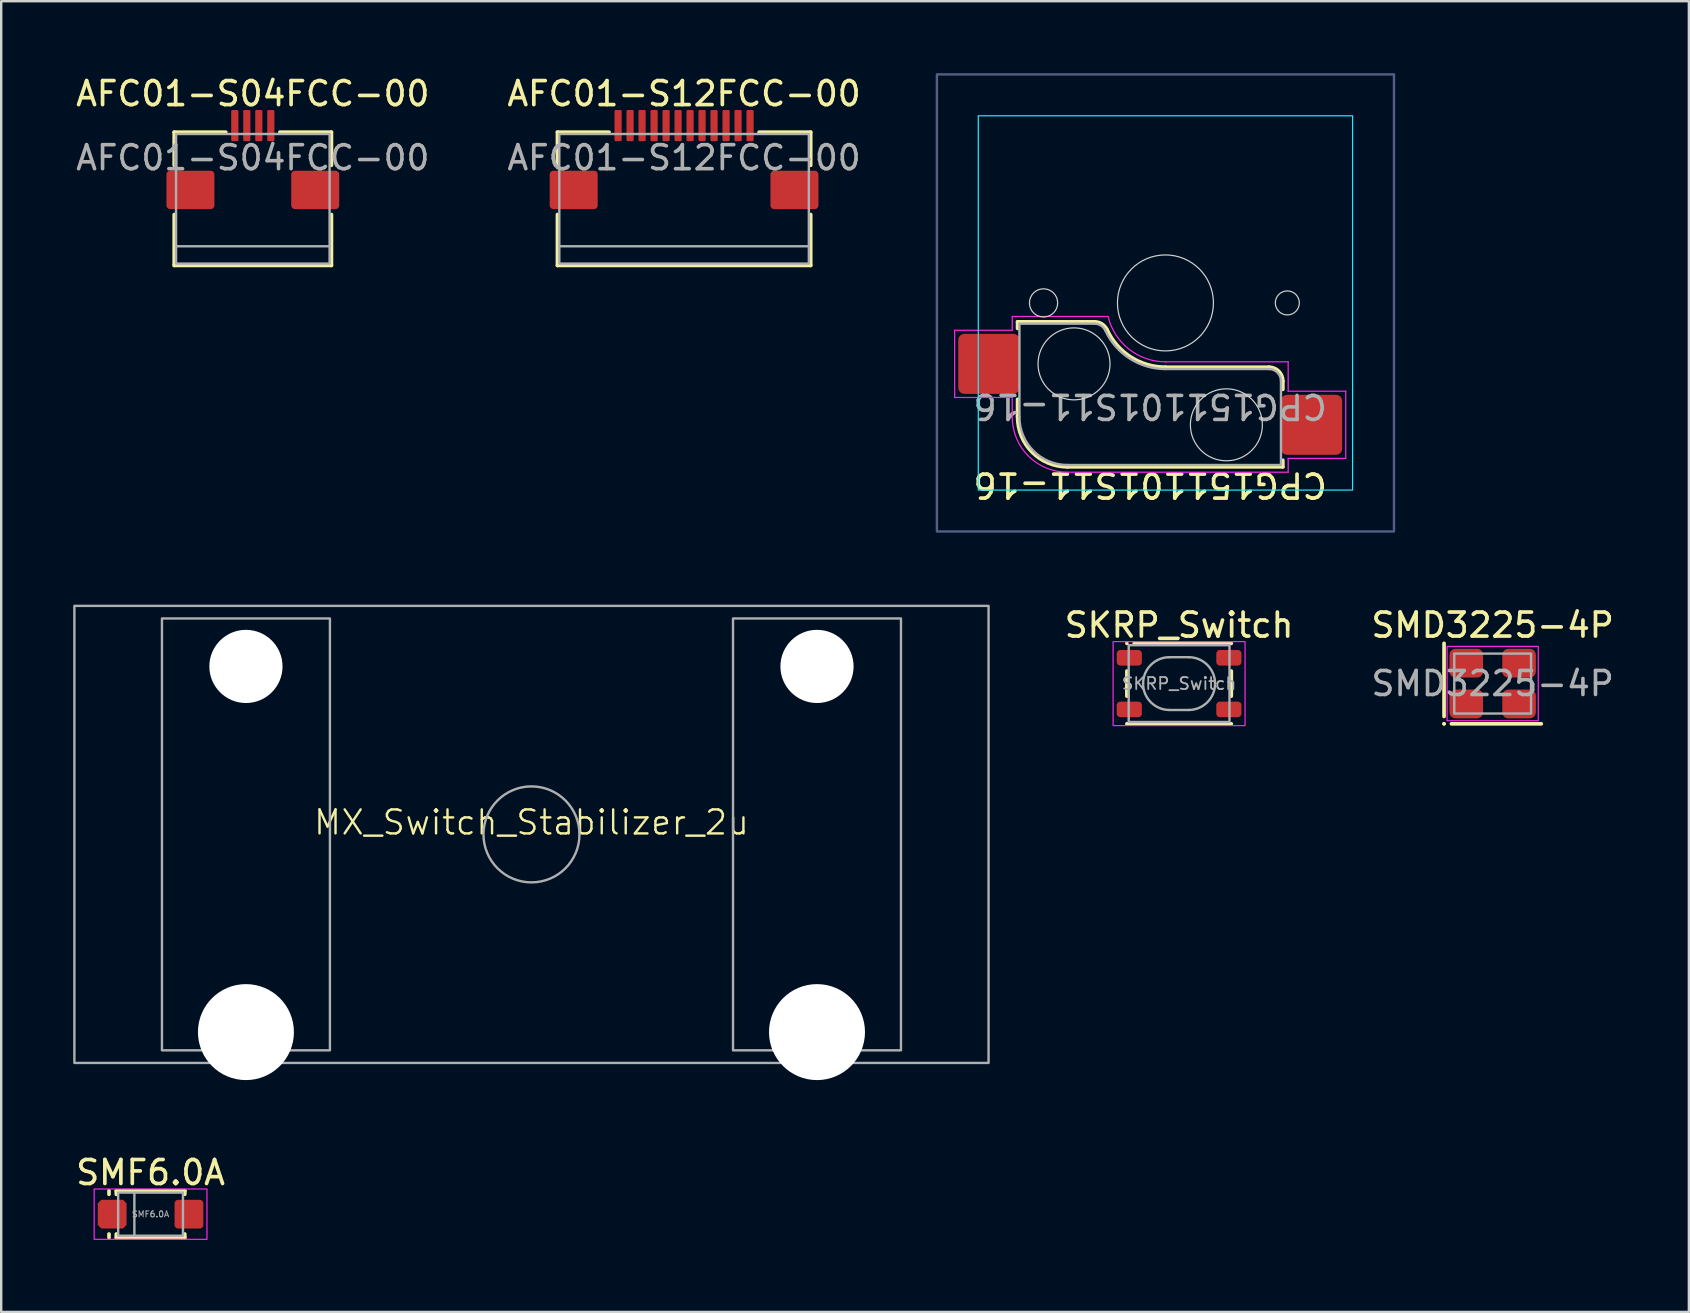
<source format=kicad_pcb>
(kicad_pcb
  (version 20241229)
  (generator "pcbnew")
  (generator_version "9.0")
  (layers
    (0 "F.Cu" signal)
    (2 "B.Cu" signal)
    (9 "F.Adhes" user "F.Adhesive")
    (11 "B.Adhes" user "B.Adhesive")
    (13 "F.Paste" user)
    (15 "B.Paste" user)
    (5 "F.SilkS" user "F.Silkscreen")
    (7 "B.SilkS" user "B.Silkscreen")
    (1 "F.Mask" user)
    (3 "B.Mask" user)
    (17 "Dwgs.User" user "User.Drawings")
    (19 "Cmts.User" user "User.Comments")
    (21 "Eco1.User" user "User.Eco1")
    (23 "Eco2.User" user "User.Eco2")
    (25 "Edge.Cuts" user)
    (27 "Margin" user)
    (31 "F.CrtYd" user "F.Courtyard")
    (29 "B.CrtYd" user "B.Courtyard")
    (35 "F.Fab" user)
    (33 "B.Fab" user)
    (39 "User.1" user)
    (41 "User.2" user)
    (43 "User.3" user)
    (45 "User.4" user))
  (footprint "AFC01-S04FCC-00"
    (layer "F.Cu")
    (at 7.487 3.525)
    (property "Reference" "AFC01-S04FCC-00" (at 0 -2.671 0) (unlocked yes) (layer "F.SilkS") (effects (font (size 1 1) (thickness 0.153))))
    (attr smd)
    (fp_line (start -3.276 0.314) (end -3.276 -1.067) (stroke (width 0.153) (type solid)) (layer "F.SilkS"))
    (fp_line (start -3.276 2.366) (end -3.276 4.487) (stroke (width 0.153) (type solid)) (layer "F.SilkS"))
    (fp_line (start -1.127 -1.067) (end -3.276 -1.067) (stroke (width 0.153) (type solid)) (layer "F.SilkS"))
    (fp_line (start 1.127 -1.067) (end 3.276 -1.067) (stroke (width 0.153) (type solid)) (layer "F.SilkS"))
    (fp_line (start 3.276 0.314) (end 3.276 -1.067) (stroke (width 0.153) (type solid)) (layer "F.SilkS"))
    (fp_line (start 3.276 2.366) (end 3.276 4.487) (stroke (width 0.153) (type solid)) (layer "F.SilkS"))
    (fp_line (start 3.276 4.487) (end -3.276 4.487) (stroke (width 0.153) (type solid)) (layer "F.SilkS"))
    (fp_line (start -3.2 3.69) (end 3.2 3.69) (stroke (width 0.1) (type solid)) (layer "F.Fab"))
    (fp_rect (start -3.2 -0.99) (end 3.2 4.41) (stroke (width 0.1) (type solid)) (fill no) (layer "F.Fab"))
    (fp_text user "${REFERENCE}" (at 0 0 0) (unlocked yes) (layer "F.Fab") (effects (font (size 1 1) (thickness 0.15))))
    (pad "1" smd roundrect (at -0.75 -1.34) (size 0.3 1.3) (layers "F.Cu" "F.Mask" "F.Paste") (roundrect_rratio 0.167))
    (pad "2" smd roundrect (at -0.25 -1.34) (size 0.3 1.3) (layers "F.Cu" "F.Mask" "F.Paste") (roundrect_rratio 0.167))
    (pad "3" smd roundrect (at 0.25 -1.34) (size 0.3 1.3) (layers "F.Cu" "F.Mask" "F.Paste") (roundrect_rratio 0.167))
    (pad "4" smd roundrect (at 0.75 -1.34) (size 0.3 1.3) (layers "F.Cu" "F.Mask" "F.Paste") (roundrect_rratio 0.167))
    (pad "MP" smd roundrect (at -2.6 1.34) (size 2 1.6) (layers "F.Cu" "F.Mask" "F.Paste") (roundrect_rratio 0.094))
    (pad "MP" smd roundrect (at 2.6 1.34) (size 2 1.6) (layers "F.Cu" "F.Mask" "F.Paste") (roundrect_rratio 0.094)))
  (footprint "SKRP_Switch"
    (layer "F.Cu")
    (at 46.091 25.44)
    (property "Reference" "SKRP_Switch" (at 0 -2.436 0) (unlocked yes) (layer "F.SilkS") (effects (font (size 1 1) (thickness 0.153))))
    (attr smd)
    (fp_line (start -2.176 -1.677) (end -2.176 -1.677) (stroke (width 0.153) (type solid)) (layer "F.SilkS"))
    (fp_line (start -2.176 -0.523) (end -2.176 0.523) (stroke (width 0.153) (type solid)) (layer "F.SilkS"))
    (fp_line (start -2.176 1.677) (end 2.176 1.677) (stroke (width 0.153) (type solid)) (layer "F.SilkS"))
    (fp_line (start -1.871 -1.677) (end 2.176 -1.677) (stroke (width 0.153) (type solid)) (layer "F.SilkS"))
    (fp_line (start 2.176 -0.523) (end 2.176 0.523) (stroke (width 0.153) (type solid)) (layer "F.SilkS"))
    (fp_rect (start -2.75 -1.75) (end 2.75 1.75) (stroke (width 0.05) (type solid)) (fill no) (layer "F.CrtYd"))
    (fp_line (start -0.4 -1.1) (end 0.4 -1.1) (stroke (width 0.1) (type default)) (layer "F.Fab"))
    (fp_line (start 0.4 1.1) (end -0.4 1.1) (stroke (width 0.1) (type default)) (layer "F.Fab"))
    (fp_rect (start -2.1 -1.6) (end 2.1 1.6) (stroke (width 0.1) (type solid)) (fill no) (layer "F.Fab"))
    (fp_arc (start -1.5 0) (mid -1.177817 -0.777817) (end -0.4 -1.1) (stroke (width 0.1) (type default)) (layer "F.Fab"))
    (fp_arc (start -0.4 1.1) (mid -1.177817 0.777817) (end -1.5 0) (stroke (width 0.1) (type default)) (layer "F.Fab"))
    (fp_arc (start 0.4 -1.1) (mid 1.177817 -0.777817) (end 1.5 0) (stroke (width 0.1) (type default)) (layer "F.Fab"))
    (fp_arc (start 1.5 0) (mid 1.177817 0.777817) (end 0.4 1.1) (stroke (width 0.1) (type default)) (layer "F.Fab"))
    (fp_text user "${REFERENCE}" (at 0 0 0) (unlocked yes) (layer "F.Fab") (effects (font (size 0.5 0.5) (thickness 0.075))))
    (pad "1" smd roundrect (at -2.075 -1.075) (size 1.05 0.65) (layers "F.Cu" "F.Mask" "F.Paste") (roundrect_rratio 0.231))
    (pad "2" smd roundrect (at 2.075 -1.075) (size 1.05 0.65) (layers "F.Cu" "F.Mask" "F.Paste") (roundrect_rratio 0.231))
    (pad "3" smd roundrect (at -2.075 1.075) (size 1.05 0.65) (layers "F.Cu" "F.Mask" "F.Paste") (roundrect_rratio 0.231))
    (pad "4" smd roundrect (at 2.075 1.075) (size 1.05 0.65) (layers "F.Cu" "F.Mask" "F.Paste") (roundrect_rratio 0.231)))
  (footprint "AFC01-S12FCC-00"
    (layer "F.Cu")
    (at 25.46 3.525)
    (property "Reference" "AFC01-S12FCC-00" (at 0 -2.671 0) (unlocked yes) (layer "F.SilkS") (effects (font (size 1 1) (thickness 0.153))))
    (attr smd)
    (fp_line (start -5.277 0.314) (end -5.277 -1.067) (stroke (width 0.153) (type solid)) (layer "F.SilkS"))
    (fp_line (start -5.277 2.366) (end -5.277 4.487) (stroke (width 0.153) (type solid)) (layer "F.SilkS"))
    (fp_line (start -3.127 -1.067) (end -5.277 -1.067) (stroke (width 0.153) (type solid)) (layer "F.SilkS"))
    (fp_line (start 3.127 -1.067) (end 5.277 -1.067) (stroke (width 0.153) (type solid)) (layer "F.SilkS"))
    (fp_line (start 5.277 0.314) (end 5.277 -1.067) (stroke (width 0.153) (type solid)) (layer "F.SilkS"))
    (fp_line (start 5.277 2.366) (end 5.277 4.487) (stroke (width 0.153) (type solid)) (layer "F.SilkS"))
    (fp_line (start 5.277 4.487) (end -5.277 4.487) (stroke (width 0.153) (type solid)) (layer "F.SilkS"))
    (fp_line (start -5.2 3.69) (end 5.2 3.69) (stroke (width 0.1) (type solid)) (layer "F.Fab"))
    (fp_rect (start -5.2 -0.99) (end 5.2 4.41) (stroke (width 0.1) (type solid)) (fill no) (layer "F.Fab"))
    (fp_text user "${REFERENCE}" (at 0 0 0) (unlocked yes) (layer "F.Fab") (effects (font (size 1 1) (thickness 0.15))))
    (pad "1" smd roundrect (at -2.75 -1.34) (size 0.3 1.3) (layers "F.Cu" "F.Mask" "F.Paste") (roundrect_rratio 0.167))
    (pad "2" smd roundrect (at -2.25 -1.34) (size 0.3 1.3) (layers "F.Cu" "F.Mask" "F.Paste") (roundrect_rratio 0.167))
    (pad "3" smd roundrect (at -1.75 -1.34) (size 0.3 1.3) (layers "F.Cu" "F.Mask" "F.Paste") (roundrect_rratio 0.167))
    (pad "4" smd roundrect (at -1.25 -1.34) (size 0.3 1.3) (layers "F.Cu" "F.Mask" "F.Paste") (roundrect_rratio 0.167))
    (pad "5" smd roundrect (at -0.75 -1.34) (size 0.3 1.3) (layers "F.Cu" "F.Mask" "F.Paste") (roundrect_rratio 0.167))
    (pad "6" smd roundrect (at -0.25 -1.34) (size 0.3 1.3) (layers "F.Cu" "F.Mask" "F.Paste") (roundrect_rratio 0.167))
    (pad "7" smd roundrect (at 0.25 -1.34) (size 0.3 1.3) (layers "F.Cu" "F.Mask" "F.Paste") (roundrect_rratio 0.167))
    (pad "8" smd roundrect (at 0.75 -1.34) (size 0.3 1.3) (layers "F.Cu" "F.Mask" "F.Paste") (roundrect_rratio 0.167))
    (pad "9" smd roundrect (at 1.25 -1.34) (size 0.3 1.3) (layers "F.Cu" "F.Mask" "F.Paste") (roundrect_rratio 0.167))
    (pad "10" smd roundrect (at 1.75 -1.34) (size 0.3 1.3) (layers "F.Cu" "F.Mask" "F.Paste") (roundrect_rratio 0.167))
    (pad "11" smd roundrect (at 2.25 -1.34) (size 0.3 1.3) (layers "F.Cu" "F.Mask" "F.Paste") (roundrect_rratio 0.167))
    (pad "12" smd roundrect (at 2.75 -1.34) (size 0.3 1.3) (layers "F.Cu" "F.Mask" "F.Paste") (roundrect_rratio 0.167))
    (pad "MP" smd roundrect (at -4.6 1.34) (size 2 1.6) (layers "F.Cu" "F.Mask" "F.Paste") (roundrect_rratio 0.094))
    (pad "MP" smd roundrect (at 4.6 1.34) (size 2 1.6) (layers "F.Cu" "F.Mask" "F.Paste") (roundrect_rratio 0.094)))
  (footprint "MX_Switch_Stabilizer_2u"
    (layer "F.Cu")
    (at 19.1 31.725)
    (property "Reference" "MX_Switch_Stabilizer_2u" (at 0 -0.5 0) (unlocked yes) (layer "F.SilkS") (effects (font (size 1 1) (thickness 0.1))))
    (attr through_hole)
    (fp_rect (start -19.05 -9.525) (end 19.05 9.525) (stroke (width 0.1) (type solid)) (fill no) (layer "F.Fab"))
    (fp_rect (start -15.4 -9) (end -8.4 9) (stroke (width 0.1) (type solid)) (fill no) (layer "F.Fab"))
    (fp_rect (start 8.4 -9) (end 15.4 9) (stroke (width 0.1) (type solid)) (fill no) (layer "F.Fab"))
    (fp_circle (center 0 0) (end 2 0) (stroke (width 0.1) (type solid)) (fill no) (layer "F.Fab"))
    (pad "" np_thru_hole circle (at -11.9 -7) (size 3.05 3.05) (drill 3.05) (layers "*.Cu" "*.Mask"))
    (pad "" np_thru_hole circle (at -11.9 8.24) (size 4 4) (drill 4) (layers "*.Cu" "*.Mask"))
    (pad "" np_thru_hole circle (at 11.9 -7) (size 3.05 3.05) (drill 3.05) (layers "*.Cu" "*.Mask"))
    (pad "" np_thru_hole circle (at 11.9 8.24) (size 4 4) (drill 4) (layers "*.Cu" "*.Mask")))
  (footprint "SMD3225-4P"
    (layer "F.Cu")
    (at 59.16 25.439)
    (property "Reference" "SMD3225-4P" (at 0 -2.435 0) (unlocked yes) (layer "F.SilkS") (effects (font (size 1 1) (thickness 0.153))))
    (attr smd)
    (fp_line (start -2.026 -1.677) (end -2.026 1.371) (stroke (width 0.153) (type solid)) (layer "F.SilkS"))
    (fp_line (start -2.026 1.677) (end -2.026 1.677) (stroke (width 0.153) (type solid)) (layer "F.SilkS"))
    (fp_line (start -2.026 1.677) (end -2.026 1.677) (stroke (width 0.153) (type solid)) (layer "F.SilkS"))
    (fp_line (start -1.72 1.677) (end 2.026 1.677) (stroke (width 0.153) (type solid)) (layer "F.SilkS"))
    (fp_rect (start -1.9 -1.55) (end 1.9 1.55) (stroke (width 0.05) (type solid)) (fill no) (layer "F.CrtYd"))
    (fp_rect (start -1.6 -1.25) (end 1.6 1.25) (stroke (width 0.1) (type solid)) (fill no) (layer "F.Fab"))
    (fp_text user "${REFERENCE}" (at 0 0 0) (unlocked yes) (layer "F.Fab") (effects (font (size 1 1) (thickness 0.15))))
    (pad "1" smd roundrect (at -1.1 0.85) (size 1.4 1.2) (layers "F.Cu" "F.Mask" "F.Paste") (roundrect_rratio 0.208))
    (pad "2" smd roundrect (at 1.1 0.85) (size 1.4 1.2) (layers "F.Cu" "F.Mask" "F.Paste") (roundrect_rratio 0.208))
    (pad "3" smd roundrect (at 1.1 -0.85) (size 1.4 1.2) (layers "F.Cu" "F.Mask" "F.Paste") (roundrect_rratio 0.208))
    (pad "4" smd roundrect (at -1.1 -0.85) (size 1.4 1.2) (layers "F.Cu" "F.Mask" "F.Paste") (roundrect_rratio 0.208)))
  (footprint "CPG151101S11-16"
    (layer "F.Cu")
    (at 44.887 13.385)
    (property "Reference" "CPG151101S11-16" (at 0 3.779 180) (unlocked yes) (layer "F.SilkS") (effects (font (size 1 1) (thickness 0.153))))
    (attr smd)
    (fp_line (start -5.527 -3.022) (end -5.527 -2.747) (stroke (width 0.153) (type solid)) (layer "F.SilkS"))
    (fp_line (start -5.527 -3.022) (end -2.32 -3.022) (stroke (width 0.153) (type solid)) (layer "F.SilkS"))
    (fp_line (start -5.527 0.206) (end -5.527 0.945) (stroke (width 0.153) (type solid)) (layer "F.SilkS"))
    (fp_line (start -3.45 3.022) (end 5.527 3.022) (stroke (width 0.153) (type solid)) (layer "F.SilkS"))
    (fp_line (start 0.635 -1.131) (end 4.95 -1.131) (stroke (width 0.153) (type solid)) (layer "F.SilkS"))
    (fp_line (start 5.527 -0.555) (end 5.527 -0.206) (stroke (width 0.153) (type solid)) (layer "F.SilkS"))
    (fp_line (start 5.527 2.747) (end 5.527 3.022) (stroke (width 0.153) (type solid)) (layer "F.SilkS"))
    (fp_arc (start -3.45 3.0215) (mid -4.918307 2.413307) (end -5.5265 0.945) (stroke (width 0.153) (type solid)) (layer "F.SilkS"))
    (fp_arc (start -2.319961 -3.0215) (mid -2.009337 -2.930659) (end -1.796603 -2.686766) (stroke (width 0.153) (type solid)) (layer "F.SilkS"))
    (fp_arc (start 0.635 -1.1315) (mid -0.808222 -1.553571) (end -1.796606 -2.686765) (stroke (width 0.153) (type solid)) (layer "F.SilkS"))
    (fp_arc (start 4.95 -1.1315) (mid 5.357647 -0.962647) (end 5.5265 -0.555) (stroke (width 0.153) (type solid)) (layer "F.SilkS"))
    (fp_circle (center -4.445 -3.81) (end -3.857 -3.81) (stroke (width 0.05) (type solid)) (fill no) (layer "Edge.Cuts"))
    (fp_circle (center -3.175 -1.27) (end -1.675 -1.27) (stroke (width 0.05) (type solid)) (fill no) (layer "Edge.Cuts"))
    (fp_circle (center 0.635 -3.81) (end 2.635 -3.81) (stroke (width 0.05) (type solid)) (fill no) (layer "Edge.Cuts"))
    (fp_circle (center 3.175 1.27) (end 4.675 1.27) (stroke (width 0.05) (type solid)) (fill no) (layer "Edge.Cuts"))
    (fp_circle (center 5.715 -3.81) (end 6.215 -3.81) (stroke (width 0.05) (type solid)) (fill no) (layer "Edge.Cuts"))
    (fp_rect (start -7.165 -11.61) (end 8.435 3.99) (stroke (width 0.05) (type solid)) (fill no) (layer "B.CrtYd"))
    (fp_line (start -8.15 -2.67) (end -8.15 0.13) (stroke (width 0.05) (type solid)) (layer "F.CrtYd"))
    (fp_line (start -8.15 -2.67) (end -5.75 -2.67) (stroke (width 0.05) (type solid)) (layer "F.CrtYd"))
    (fp_line (start -8.15 0.13) (end -5.75 0.13) (stroke (width 0.05) (type solid)) (layer "F.CrtYd"))
    (fp_line (start -5.75 -3.245) (end -5.75 -2.67) (stroke (width 0.05) (type solid)) (layer "F.CrtYd"))
    (fp_line (start -5.75 0.13) (end -5.75 0.945) (stroke (width 0.05) (type solid)) (layer "F.CrtYd"))
    (fp_line (start -3.45 3.245) (end 5.75 3.245) (stroke (width 0.05) (type solid)) (layer "F.CrtYd"))
    (fp_line (start -1.754 -3.245) (end -5.75 -3.245) (stroke (width 0.05) (type solid)) (layer "F.CrtYd"))
    (fp_line (start 5.75 -1.355) (end 0.635 -1.355) (stroke (width 0.05) (type solid)) (layer "F.CrtYd"))
    (fp_line (start 5.75 -0.13) (end 5.75 -1.355) (stroke (width 0.05) (type solid)) (layer "F.CrtYd"))
    (fp_line (start 5.75 2.67) (end 8.15 2.67) (stroke (width 0.05) (type solid)) (layer "F.CrtYd"))
    (fp_line (start 5.75 3.245) (end 5.75 2.67) (stroke (width 0.05) (type solid)) (layer "F.CrtYd"))
    (fp_line (start 8.15 -0.13) (end 5.75 -0.13) (stroke (width 0.05) (type solid)) (layer "F.CrtYd"))
    (fp_line (start 8.15 2.67) (end 8.15 -0.13) (stroke (width 0.05) (type solid)) (layer "F.CrtYd"))
    (fp_arc (start -3.45 3.245) (mid -5.076346 2.571346) (end -5.75 0.945) (stroke (width 0.05) (type default)) (layer "F.CrtYd"))
    (fp_arc (start 0.635 -1.355) (mid -0.888146 -1.88463) (end -1.7541 -3.245) (stroke (width 0.05) (type default)) (layer "F.CrtYd"))
    (fp_rect (start -8.89 -13.335) (end 10.16 5.715) (stroke (width 0.1) (type solid)) (fill no) (layer "B.Fab"))
    (fp_line (start -5.45 -2.945) (end -5.45 0.945) (stroke (width 0.1) (type solid)) (layer "F.Fab"))
    (fp_line (start -5.45 -2.945) (end -2.32 -2.945) (stroke (width 0.1) (type default)) (layer "F.Fab"))
    (fp_line (start -3.45 2.945) (end 5.45 2.945) (stroke (width 0.1) (type solid)) (layer "F.Fab"))
    (fp_line (start 0.635 -1.055) (end 4.95 -1.055) (stroke (width 0.1) (type solid)) (layer "F.Fab"))
    (fp_line (start 5.45 -0.555) (end 5.45 2.945) (stroke (width 0.1) (type solid)) (layer "F.Fab"))
    (fp_arc (start -3.45 2.945) (mid -4.864214 2.359214) (end -5.45 0.945) (stroke (width 0.1) (type solid)) (layer "F.Fab"))
    (fp_arc (start -2.319961 -2.945) (mid -2.050555 -2.866213) (end -1.866051 -2.654683) (stroke (width 0.1) (type default)) (layer "F.Fab"))
    (fp_arc (start 0.635 -1.055003) (mid -0.84944 -1.489128) (end -1.866051 -2.654686) (stroke (width 0.1) (type default)) (layer "F.Fab"))
    (fp_arc (start 4.95 -1.055) (mid 5.303553 -0.908553) (end 5.45 -0.555) (stroke (width 0.1) (type default)) (layer "F.Fab"))
    (fp_text user "${REFERENCE}" (at 0 0.5 180) (unlocked yes) (layer "F.Fab") (effects (font (size 1 1) (thickness 0.15))))
    (pad "1" smd roundrect (at -6.725 -1.27) (size 2.55 2.5) (layers "F.Cu" "F.Mask" "F.Paste") (roundrect_rratio 0.1))
    (pad "2" smd roundrect (at 6.725 1.27) (size 2.55 2.5) (layers "F.Cu" "F.Mask" "F.Paste") (roundrect_rratio 0.1)))
  (footprint "SMF6.0A"
    (layer "F.Cu")
    (at 3.225 47.553)
    (property "Reference" "SMF6.0A" (at 0 -1.734 0) (unlocked yes) (layer "F.SilkS") (effects (font (size 1 1) (thickness 0.153))))
    (attr smd)
    (fp_line (start -1.732 -0.977) (end -1.732 -0.827) (stroke (width 0.153) (type solid)) (layer "F.SilkS"))
    (fp_line (start -1.732 0.827) (end -1.732 0.977) (stroke (width 0.153) (type solid)) (layer "F.SilkS"))
    (fp_line (start -1.427 -0.977) (end -1.427 -0.827) (stroke (width 0.153) (type solid)) (layer "F.SilkS"))
    (fp_line (start -1.427 -0.977) (end 1.427 -0.977) (stroke (width 0.153) (type solid)) (layer "F.SilkS"))
    (fp_line (start -1.427 0.827) (end -1.427 0.977) (stroke (width 0.153) (type solid)) (layer "F.SilkS"))
    (fp_line (start -1.427 0.977) (end 1.427 0.977) (stroke (width 0.153) (type solid)) (layer "F.SilkS"))
    (fp_line (start 1.427 -0.977) (end 1.427 -0.827) (stroke (width 0.153) (type solid)) (layer "F.SilkS"))
    (fp_line (start 1.427 0.827) (end 1.427 0.977) (stroke (width 0.153) (type solid)) (layer "F.SilkS"))
    (fp_rect (start -2.35 -1.05) (end 2.35 1.05) (stroke (width 0.05) (type solid)) (fill no) (layer "F.CrtYd"))
    (fp_line (start -0.675 -0.9) (end -0.675 0.9) (stroke (width 0.1) (type default)) (layer "F.Fab"))
    (fp_rect (start -1.35 -0.9) (end 1.35 0.9) (stroke (width 0.1) (type solid)) (fill no) (layer "F.Fab"))
    (fp_text user "${REFERENCE}" (at 0 0 0) (unlocked yes) (layer "F.Fab") (effects (font (size 0.25 0.25) (thickness 0.04))))
    (pad "1" smd roundrect (at -1.6 0) (size 1.2 1.2) (layers "F.Cu" "F.Mask" "F.Paste") (roundrect_rratio 0) (chamfer_ratio 0.125) (chamfer top_left top_right bottom_left bottom_right))
    (pad "2" smd roundrect (at 1.6 0) (size 1.2 1.2) (layers "F.Cu" "F.Mask" "F.Paste") (roundrect_rratio 0.125)))
  (gr_rect
    (start -3 -3)
    (end 67.337 51.628)
    (stroke (width 0.1) (type default))
    (fill no)
    (layer "Edge.Cuts")))
</source>
